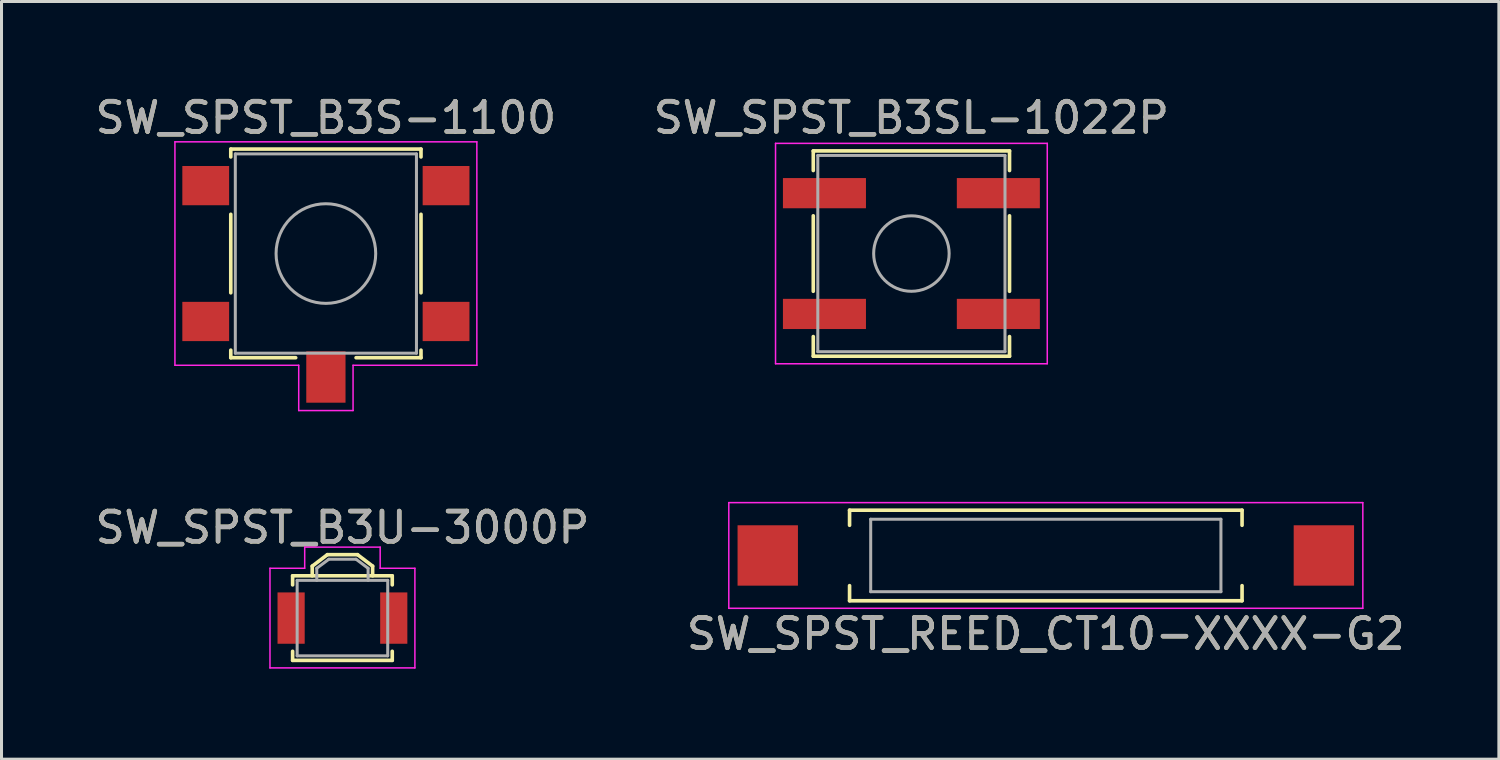
<source format=kicad_pcb>
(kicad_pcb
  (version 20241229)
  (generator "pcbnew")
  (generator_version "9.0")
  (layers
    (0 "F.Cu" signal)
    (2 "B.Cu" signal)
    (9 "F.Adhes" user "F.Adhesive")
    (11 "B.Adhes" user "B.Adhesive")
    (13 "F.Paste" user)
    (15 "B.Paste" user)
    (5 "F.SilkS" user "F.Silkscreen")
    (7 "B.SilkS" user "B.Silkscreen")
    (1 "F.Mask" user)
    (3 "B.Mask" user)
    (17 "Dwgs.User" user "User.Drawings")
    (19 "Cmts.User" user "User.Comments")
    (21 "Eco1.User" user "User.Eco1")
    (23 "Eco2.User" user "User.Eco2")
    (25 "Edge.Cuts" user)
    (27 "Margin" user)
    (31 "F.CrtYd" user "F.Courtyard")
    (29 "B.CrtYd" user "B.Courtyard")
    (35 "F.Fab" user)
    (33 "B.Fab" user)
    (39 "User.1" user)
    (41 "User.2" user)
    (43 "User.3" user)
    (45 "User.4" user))
  (footprint "SW_SPST_B3U-3000P"
    (layer "F.Cu")
    (at 8.292 17.422)
    (property "Reference" "SW_SPST_B3U-3000P" (at 0 -3 0) (layer "F.SilkS") (effects (font (size 1 1) (thickness 0.15))))
    (attr smd)
    (fp_line (start -1.65 -1.4) (end 1.65 -1.4) (stroke (width 0.12) (type solid)) (layer "F.SilkS"))
    (fp_line (start -1.65 -1.1) (end -1.65 -1.4) (stroke (width 0.12) (type solid)) (layer "F.SilkS"))
    (fp_line (start -1.65 1.1) (end -1.65 1.4) (stroke (width 0.12) (type solid)) (layer "F.SilkS"))
    (fp_line (start -1.65 1.4) (end 1.65 1.4) (stroke (width 0.12) (type solid)) (layer "F.SilkS"))
    (fp_line (start -1 -1.72) (end -1 -1.4) (stroke (width 0.12) (type solid)) (layer "F.SilkS"))
    (fp_line (start -0.5 -2.1) (end -1 -1.72) (stroke (width 0.12) (type solid)) (layer "F.SilkS"))
    (fp_line (start -0.5 -2.1) (end 0.5 -2.1) (stroke (width 0.12) (type solid)) (layer "F.SilkS"))
    (fp_line (start 0.5 -2.1) (end 1 -1.72) (stroke (width 0.12) (type solid)) (layer "F.SilkS"))
    (fp_line (start 1 -1.72) (end 1 -1.4) (stroke (width 0.12) (type solid)) (layer "F.SilkS"))
    (fp_line (start 1.65 -1.4) (end 1.65 -1.1) (stroke (width 0.12) (type solid)) (layer "F.SilkS"))
    (fp_line (start 1.65 1.4) (end 1.65 1.1) (stroke (width 0.12) (type solid)) (layer "F.SilkS"))
    (fp_line (start -2.4 -1.65) (end -2.4 1.65) (stroke (width 0.05) (type solid)) (layer "F.CrtYd"))
    (fp_line (start -2.4 1.65) (end 2.4 1.65) (stroke (width 0.05) (type solid)) (layer "F.CrtYd"))
    (fp_line (start -1.25 -2.35) (end 1.25 -2.35) (stroke (width 0.05) (type solid)) (layer "F.CrtYd"))
    (fp_line (start -1.25 -1.65) (end -2.4 -1.65) (stroke (width 0.05) (type solid)) (layer "F.CrtYd"))
    (fp_line (start -1.25 -1.65) (end -1.25 -2.35) (stroke (width 0.05) (type solid)) (layer "F.CrtYd"))
    (fp_line (start 1.25 -2.35) (end 1.25 -1.65) (stroke (width 0.05) (type solid)) (layer "F.CrtYd"))
    (fp_line (start 1.25 -1.65) (end 2.4 -1.65) (stroke (width 0.05) (type solid)) (layer "F.CrtYd"))
    (fp_line (start 2.4 1.65) (end 2.4 -1.65) (stroke (width 0.05) (type solid)) (layer "F.CrtYd"))
    (fp_line (start -1.5 -1.25) (end 1.5 -1.25) (stroke (width 0.1) (type solid)) (layer "F.Fab"))
    (fp_line (start -1.5 1.25) (end -1.5 -1.25) (stroke (width 0.1) (type solid)) (layer "F.Fab"))
    (fp_line (start -0.85 -1.65) (end -0.45 -1.95) (stroke (width 0.1) (type solid)) (layer "F.Fab"))
    (fp_line (start -0.85 -1.25) (end -0.85 -1.65) (stroke (width 0.1) (type solid)) (layer "F.Fab"))
    (fp_line (start -0.45 -1.95) (end 0.45 -1.95) (stroke (width 0.1) (type solid)) (layer "F.Fab"))
    (fp_line (start 0.45 -1.95) (end 0.85 -1.65) (stroke (width 0.1) (type solid)) (layer "F.Fab"))
    (fp_line (start 0.85 -1.65) (end 0.85 -1.25) (stroke (width 0.1) (type solid)) (layer "F.Fab"))
    (fp_line (start 1.5 -1.25) (end 1.5 1.25) (stroke (width 0.1) (type solid)) (layer "F.Fab"))
    (fp_line (start 1.5 1.25) (end -1.5 1.25) (stroke (width 0.1) (type solid)) (layer "F.Fab"))
    (fp_text user "${REFERENCE}" (at 0 -3 0) (layer "F.Fab") (effects (font (size 1 1) (thickness 0.15))))
    (pad "1" smd rect (at -1.7 0) (size 0.9 1.7) (layers "F.Cu" "F.Mask" "F.Paste"))
    (pad "2" smd rect (at 1.7 0) (size 0.9 1.7) (layers "F.Cu" "F.Mask" "F.Paste")))
  (footprint "SW_SPST_B3S-1100"
    (layer "F.Cu")
    (at 7.744 6.268)
    (property "Reference" "SW_SPST_B3S-1100" (at 0 -5.42 0) (layer "F.SilkS") (effects (font (size 1 1) (thickness 0.15))))
    (attr smd)
    (fp_line (start -3.15 -4.38) (end 3.15 -4.38) (stroke (width 0.12) (type solid)) (layer "F.SilkS"))
    (fp_line (start -3.15 -4.12) (end -3.15 -4.38) (stroke (width 0.12) (type solid)) (layer "F.SilkS"))
    (fp_line (start -3.15 0.38) (end -3.15 -2.22) (stroke (width 0.12) (type solid)) (layer "F.SilkS"))
    (fp_line (start -3.15 2.53) (end -3.15 2.28) (stroke (width 0.12) (type solid)) (layer "F.SilkS"))
    (fp_line (start -3.15 2.53) (end -1 2.53) (stroke (width 0.12) (type solid)) (layer "F.SilkS"))
    (fp_line (start 3.15 -4.38) (end 3.15 -4.12) (stroke (width 0.12) (type solid)) (layer "F.SilkS"))
    (fp_line (start 3.15 -2.22) (end 3.15 0.38) (stroke (width 0.12) (type solid)) (layer "F.SilkS"))
    (fp_line (start 3.15 2.28) (end 3.15 2.53) (stroke (width 0.12) (type solid)) (layer "F.SilkS"))
    (fp_line (start 3.15 2.53) (end 1 2.53) (stroke (width 0.12) (type solid)) (layer "F.SilkS"))
    (fp_line (start -5 -4.62) (end -5 2.78) (stroke (width 0.05) (type solid)) (layer "F.CrtYd"))
    (fp_line (start -5 2.78) (end -0.9 2.78) (stroke (width 0.05) (type solid)) (layer "F.CrtYd"))
    (fp_line (start -0.9 2.78) (end -0.9 4.28) (stroke (width 0.05) (type solid)) (layer "F.CrtYd"))
    (fp_line (start -0.9 4.28) (end 0.9 4.28) (stroke (width 0.05) (type solid)) (layer "F.CrtYd"))
    (fp_line (start 0.9 4.28) (end 0.9 2.78) (stroke (width 0.05) (type solid)) (layer "F.CrtYd"))
    (fp_line (start 5 -4.62) (end -5 -4.62) (stroke (width 0.05) (type solid)) (layer "F.CrtYd"))
    (fp_line (start 5 2.78) (end 0.9 2.78) (stroke (width 0.05) (type solid)) (layer "F.CrtYd"))
    (fp_line (start 5 2.78) (end 5 -4.62) (stroke (width 0.05) (type solid)) (layer "F.CrtYd"))
    (fp_line (start -3 -4.22) (end 3 -4.22) (stroke (width 0.1) (type solid)) (layer "F.Fab"))
    (fp_line (start -3 2.38) (end -3 -4.22) (stroke (width 0.1) (type solid)) (layer "F.Fab"))
    (fp_line (start 3 -4.22) (end 3 2.38) (stroke (width 0.1) (type solid)) (layer "F.Fab"))
    (fp_line (start 3 2.38) (end -3 2.38) (stroke (width 0.1) (type solid)) (layer "F.Fab"))
    (fp_circle (center 0 -0.92) (end 1.65 -0.92) (stroke (width 0.1) (type solid)) (fill no) (layer "F.Fab"))
    (fp_text user "${REFERENCE}" (at 0 -5.42 0) (layer "F.Fab") (effects (font (size 1 1) (thickness 0.15))))
    (pad "1" smd rect (at -3.98 -3.17) (size 1.55 1.3) (layers "F.Cu" "F.Mask" "F.Paste"))
    (pad "1" smd rect (at 3.98 -3.17) (size 1.55 1.3) (layers "F.Cu" "F.Mask" "F.Paste"))
    (pad "2" smd rect (at -3.98 1.33) (size 1.55 1.3) (layers "F.Cu" "F.Mask" "F.Paste"))
    (pad "2" smd rect (at 3.98 1.33) (size 1.55 1.3) (layers "F.Cu" "F.Mask" "F.Paste"))
    (pad "3" smd rect (at 0 3.17) (size 1.3 1.7) (layers "F.Cu" "F.Mask" "F.Paste")))
  (footprint "SW_SPST_B3SL-1022P"
    (layer "F.Cu")
    (at 27.137 5.348)
    (property "Reference" "SW_SPST_B3SL-1022P" (at 0 -4.5 0) (layer "F.SilkS") (effects (font (size 1 1) (thickness 0.15))))
    (attr smd)
    (fp_line (start -3.25 -3.4) (end -3.25 -2.75) (stroke (width 0.12) (type solid)) (layer "F.SilkS"))
    (fp_line (start -3.25 -1.25) (end -3.25 1.25) (stroke (width 0.12) (type solid)) (layer "F.SilkS"))
    (fp_line (start -3.25 3.4) (end -3.25 2.75) (stroke (width 0.12) (type solid)) (layer "F.SilkS"))
    (fp_line (start 3.25 -3.4) (end -3.25 -3.4) (stroke (width 0.12) (type solid)) (layer "F.SilkS"))
    (fp_line (start 3.25 -2.75) (end 3.25 -3.4) (stroke (width 0.12) (type solid)) (layer "F.SilkS"))
    (fp_line (start 3.25 -1.25) (end 3.25 1.25) (stroke (width 0.12) (type solid)) (layer "F.SilkS"))
    (fp_line (start 3.25 2.75) (end 3.25 3.4) (stroke (width 0.12) (type solid)) (layer "F.SilkS"))
    (fp_line (start 3.25 3.4) (end -3.25 3.4) (stroke (width 0.12) (type solid)) (layer "F.SilkS"))
    (fp_line (start -4.5 -3.65) (end -4.5 3.65) (stroke (width 0.05) (type solid)) (layer "F.CrtYd"))
    (fp_line (start -4.5 3.65) (end 4.5 3.65) (stroke (width 0.05) (type solid)) (layer "F.CrtYd"))
    (fp_line (start 4.5 -3.65) (end -4.5 -3.65) (stroke (width 0.05) (type solid)) (layer "F.CrtYd"))
    (fp_line (start 4.5 3.65) (end 4.5 -3.65) (stroke (width 0.05) (type solid)) (layer "F.CrtYd"))
    (fp_line (start -3.1 -3.25) (end 3.1 -3.25) (stroke (width 0.1) (type solid)) (layer "F.Fab"))
    (fp_line (start -3.1 3.25) (end -3.1 -3.25) (stroke (width 0.1) (type solid)) (layer "F.Fab"))
    (fp_line (start 3.1 -3.25) (end 3.1 3.25) (stroke (width 0.1) (type solid)) (layer "F.Fab"))
    (fp_line (start 3.1 3.25) (end -3.1 3.25) (stroke (width 0.1) (type solid)) (layer "F.Fab"))
    (fp_circle (center 0 0) (end 1.25 0) (stroke (width 0.1) (type solid)) (fill no) (layer "F.Fab"))
    (fp_text user "${REFERENCE}" (at 0 -4.5 0) (layer "F.Fab") (effects (font (size 1 1) (thickness 0.15))))
    (pad "1" smd rect (at -2.88 -2) (size 2.75 1) (layers "F.Cu" "F.Mask" "F.Paste"))
    (pad "1" smd rect (at 2.88 -2) (size 2.75 1) (layers "F.Cu" "F.Mask" "F.Paste"))
    (pad "2" smd rect (at -2.88 2) (size 2.75 1) (layers "F.Cu" "F.Mask" "F.Paste"))
    (pad "2" smd rect (at 2.88 2) (size 2.75 1) (layers "F.Cu" "F.Mask" "F.Paste")))
  (footprint "SW_SPST_REED_CT10-XXXX-G2"
    (layer "F.Cu")
    (at 31.589 15.348)
    (property "Reference" "SW_SPST_REED_CT10-XXXX-G2" (at 0 2.6 0) (layer "F.SilkS") (effects (font (size 1 1) (thickness 0.15))))
    (attr smd)
    (fp_line (start -6.5 -1.5) (end -6.5 -1) (stroke (width 0.12) (type solid)) (layer "F.SilkS"))
    (fp_line (start -6.5 1) (end -6.5 1.5) (stroke (width 0.12) (type solid)) (layer "F.SilkS"))
    (fp_line (start -6.5 1.5) (end 6.5 1.5) (stroke (width 0.12) (type solid)) (layer "F.SilkS"))
    (fp_line (start 6.5 -1.5) (end -6.5 -1.5) (stroke (width 0.12) (type solid)) (layer "F.SilkS"))
    (fp_line (start 6.5 -1) (end 6.5 -1.5) (stroke (width 0.12) (type solid)) (layer "F.SilkS"))
    (fp_line (start 6.5 1.5) (end 6.5 1) (stroke (width 0.12) (type solid)) (layer "F.SilkS"))
    (fp_line (start -10.5 -1.75) (end -10.5 1.75) (stroke (width 0.05) (type solid)) (layer "F.CrtYd"))
    (fp_line (start -10.5 1.75) (end 10.5 1.75) (stroke (width 0.05) (type solid)) (layer "F.CrtYd"))
    (fp_line (start 10.5 -1.75) (end -10.5 -1.75) (stroke (width 0.05) (type solid)) (layer "F.CrtYd"))
    (fp_line (start 10.5 1.75) (end 10.5 -1.75) (stroke (width 0.05) (type solid)) (layer "F.CrtYd"))
    (fp_line (start -5.8 -1.2) (end -5.8 1.2) (stroke (width 0.1) (type solid)) (layer "F.Fab"))
    (fp_line (start -5.8 1.2) (end 5.8 1.2) (stroke (width 0.1) (type solid)) (layer "F.Fab"))
    (fp_line (start 5.8 -1.2) (end -5.8 -1.2) (stroke (width 0.1) (type solid)) (layer "F.Fab"))
    (fp_line (start 5.8 1.2) (end 5.8 -1.2) (stroke (width 0.1) (type solid)) (layer "F.Fab"))
    (fp_text user "${REFERENCE}" (at 0 2.6 0) (layer "F.Fab") (effects (font (size 1 1) (thickness 0.15))))
    (pad "1" smd rect (at -9.21 0) (size 2 2) (layers "F.Cu" "F.Mask" "F.Paste"))
    (pad "2" smd rect (at 9.21 0) (size 2 2) (layers "F.Cu" "F.Mask" "F.Paste")))
  (gr_rect
    (start -3 -3)
    (end 46.595 22.096)
    (stroke (width 0.1) (type default))
    (fill no)
    (layer "Edge.Cuts")))
</source>
